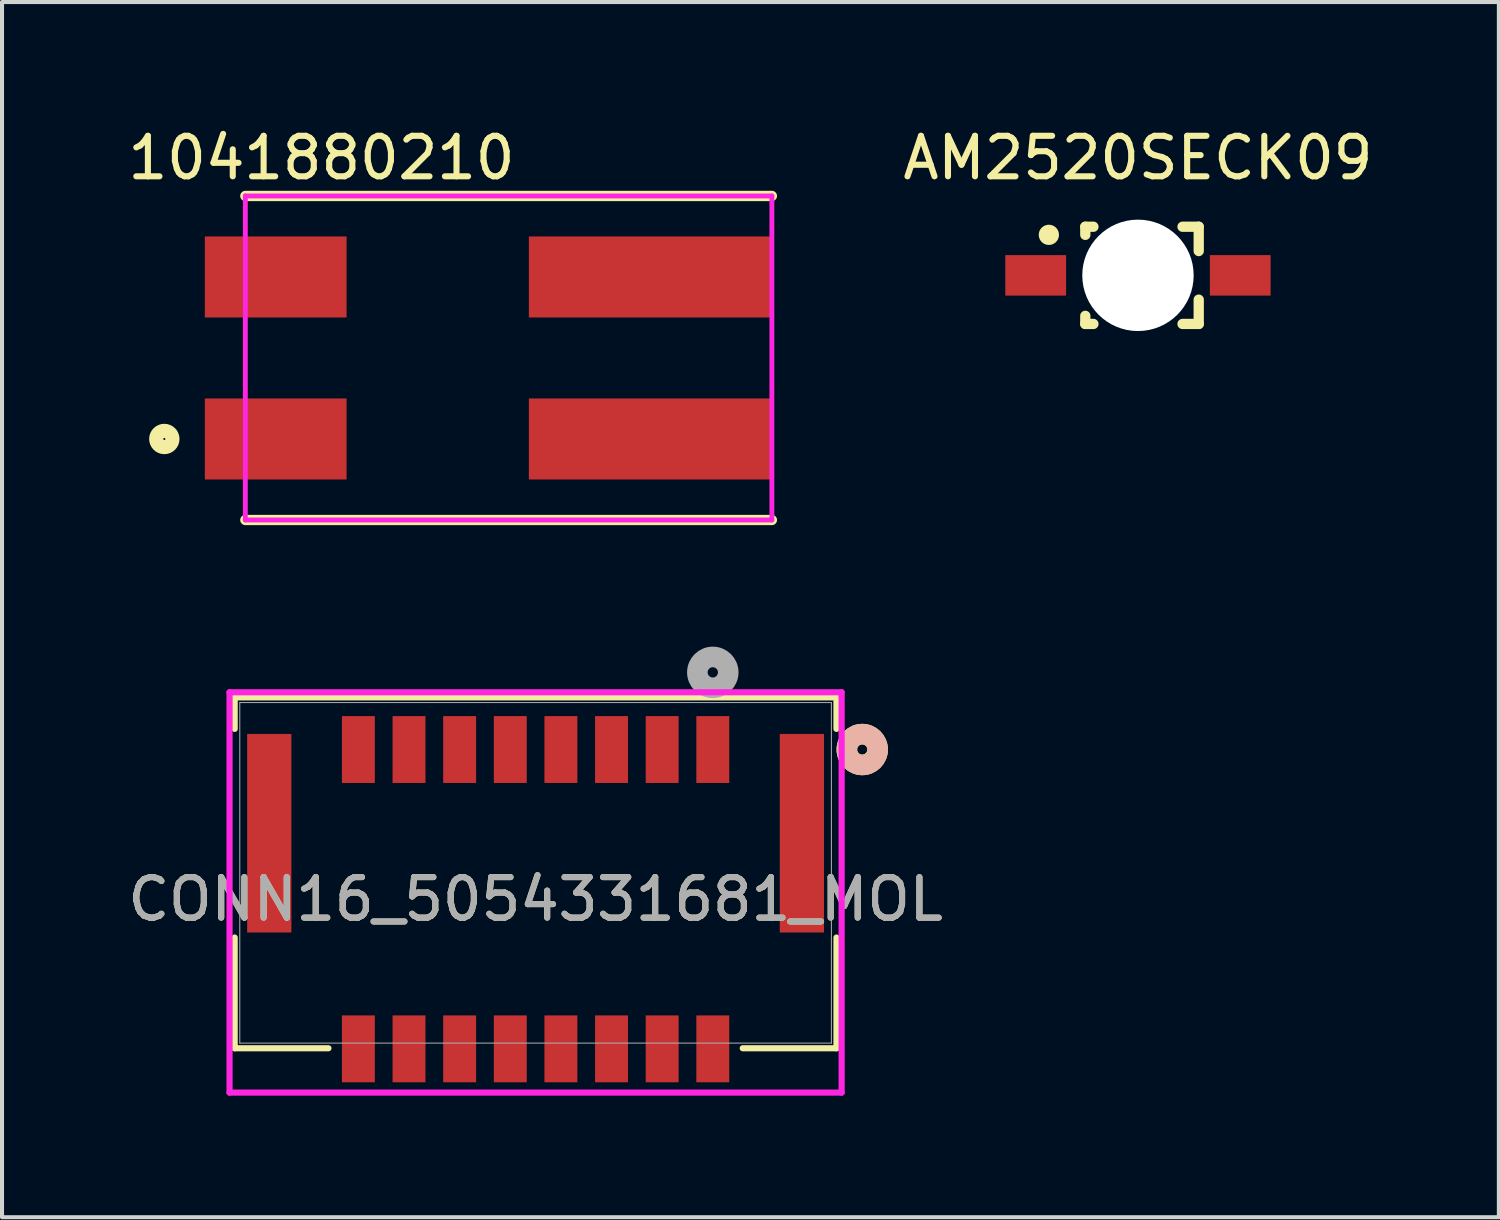
<source format=kicad_pcb>
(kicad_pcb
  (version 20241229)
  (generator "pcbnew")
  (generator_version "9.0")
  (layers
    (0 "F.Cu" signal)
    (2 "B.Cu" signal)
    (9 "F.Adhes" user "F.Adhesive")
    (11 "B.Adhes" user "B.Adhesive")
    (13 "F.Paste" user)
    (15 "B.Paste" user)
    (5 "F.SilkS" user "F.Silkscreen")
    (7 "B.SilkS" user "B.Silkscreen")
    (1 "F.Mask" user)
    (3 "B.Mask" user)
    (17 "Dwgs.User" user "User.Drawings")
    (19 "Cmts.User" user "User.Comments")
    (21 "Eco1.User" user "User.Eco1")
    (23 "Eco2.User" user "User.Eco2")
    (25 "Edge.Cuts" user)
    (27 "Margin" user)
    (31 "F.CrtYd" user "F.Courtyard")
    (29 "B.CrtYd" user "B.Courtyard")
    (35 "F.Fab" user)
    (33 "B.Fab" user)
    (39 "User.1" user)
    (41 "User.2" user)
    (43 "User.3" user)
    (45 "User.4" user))
  (footprint "1041880210"
    (layer "F.Cu")
    (at 2.007 5.788)
    (property "Reference" "1041880210" (at 2.88 -4.94 0) (layer "F.SilkS") (effects (font (size 1 1) (thickness 0.15))))
    (attr smd)
    (fp_line (start 1 4) (end 14 4) (stroke (width 0.254) (type solid)) (layer "F.SilkS"))
    (fp_line (start 14 -4) (end 1 -4) (stroke (width 0.254) (type solid)) (layer "F.SilkS"))
    (fp_circle (center -1 2) (end -0.8 2) (stroke (width 0.35) (type solid)) (fill no) (layer "F.SilkS"))
    (fp_line (start 1 -4) (end 1 4) (stroke (width 0.12) (type solid)) (layer "F.CrtYd"))
    (fp_line (start 1 4) (end 14 4) (stroke (width 0.12) (type solid)) (layer "F.CrtYd"))
    (fp_line (start 14 -4) (end 1 -4) (stroke (width 0.12) (type solid)) (layer "F.CrtYd"))
    (fp_line (start 14 4) (end 14 -4) (stroke (width 0.12) (type solid)) (layer "F.CrtYd"))
    (pad "A1" smd rect (at 1.75 2) (size 3.5 2) (layers "F.Cu" "F.Mask" "F.Paste"))
    (pad "A2" smd rect (at 11 2 180) (size 6 2) (layers "F.Cu" "F.Mask" "F.Paste"))
    (pad "B1" smd rect (at 1.75 -2 180) (size 3.5 2) (layers "F.Cu" "F.Mask" "F.Paste"))
    (pad "B2" smd rect (at 11 -2 180) (size 6 2) (layers "F.Cu" "F.Mask" "F.Paste")))
  (footprint "AM2520SECK09"
    (layer "F.Cu")
    (at 25.045 3.748)
    (property "Reference" "AM2520SECK09" (at 0 -2.9 0) (layer "F.SilkS") (effects (font (size 1 1) (thickness 0.15))))
    (attr smd)
    (fp_line (start -1.3 -1.2) (end -1.3 -1) (stroke (width 0.254) (type solid)) (layer "F.SilkS"))
    (fp_line (start -1.3 1.2) (end -1.3 1) (stroke (width 0.254) (type solid)) (layer "F.SilkS"))
    (fp_line (start -1.3 1.2) (end -1.1 1.2) (stroke (width 0.254) (type solid)) (layer "F.SilkS"))
    (fp_line (start -1.1 -1.2) (end -1.3 -1.2) (stroke (width 0.254) (type solid)) (layer "F.SilkS"))
    (fp_line (start 1.1 -1.2) (end 1.5 -1.2) (stroke (width 0.254) (type solid)) (layer "F.SilkS"))
    (fp_line (start 1.1 1.2) (end 1.5 1.2) (stroke (width 0.254) (type solid)) (layer "F.SilkS"))
    (fp_line (start 1.5 -0.6) (end 1.5 -1.2) (stroke (width 0.254) (type solid)) (layer "F.SilkS"))
    (fp_line (start 1.5 0.6) (end 1.5 1.2) (stroke (width 0.254) (type solid)) (layer "F.SilkS"))
    (fp_circle (center -2.2 -1) (end -2.075 -1) (stroke (width 0.25) (type solid)) (fill no) (layer "F.SilkS"))
    (pad "" np_thru_hole circle (at 0 0 180) (size 2.75 2.75) (drill 2.75) (layers "*.Cu" "*.Mask"))
    (pad "1" smd rect (at -2.525 0) (size 1.5 1) (layers "F.Cu" "F.Mask" "F.Paste"))
    (pad "2" smd rect (at 2.525 0 180) (size 1.5 1) (layers "F.Cu" "F.Mask" "F.Paste")))
  (footprint "CONN16_5054331681_MOL"
    (layer "F.Cu")
    (at 10.173 18.499)
    (property "Reference" "CONN16_5054331681_MOL" (at 0 0.651 0) (unlocked yes) (layer "F.SilkS") (effects (font (size 1 1) (thickness 0.15))))
    (attr smd)
    (fp_line (start -7.429 -4.331) (end -7.429 -3.554) (stroke (width 0.152) (type solid)) (layer "F.SilkS"))
    (fp_line (start -7.429 1.598) (end -7.429 4.331) (stroke (width 0.152) (type solid)) (layer "F.SilkS"))
    (fp_line (start -7.429 4.331) (end -5.114 4.331) (stroke (width 0.152) (type solid)) (layer "F.SilkS"))
    (fp_line (start 5.114 4.331) (end 7.429 4.331) (stroke (width 0.152) (type solid)) (layer "F.SilkS"))
    (fp_line (start 7.429 -4.331) (end -7.429 -4.331) (stroke (width 0.152) (type solid)) (layer "F.SilkS"))
    (fp_line (start 7.429 -3.554) (end 7.429 -4.331) (stroke (width 0.152) (type solid)) (layer "F.SilkS"))
    (fp_line (start 7.429 4.331) (end 7.429 1.598) (stroke (width 0.152) (type solid)) (layer "F.SilkS"))
    (fp_circle (center 8.065 -3.044) (end 8.445 -3.044) (stroke (width 0.508) (type solid)) (fill no) (layer "F.SilkS"))
    (fp_circle (center 8.065 -3.044) (end 8.445 -3.044) (stroke (width 0.508) (type solid)) (fill no) (layer "B.SilkS"))
    (fp_line (start -7.556 -4.458) (end -7.556 5.426) (stroke (width 0.152) (type solid)) (layer "F.CrtYd"))
    (fp_line (start -7.556 5.426) (end 7.556 5.426) (stroke (width 0.152) (type solid)) (layer "F.CrtYd"))
    (fp_line (start 7.556 -4.458) (end -7.556 -4.458) (stroke (width 0.152) (type solid)) (layer "F.CrtYd"))
    (fp_line (start 7.556 5.426) (end 7.556 -4.458) (stroke (width 0.152) (type solid)) (layer "F.CrtYd"))
    (fp_line (start -7.303 -4.204) (end -7.303 4.204) (stroke (width 0.025) (type solid)) (layer "F.Fab"))
    (fp_line (start -7.303 4.204) (end 7.303 4.204) (stroke (width 0.025) (type solid)) (layer "F.Fab"))
    (fp_line (start 7.303 -4.204) (end -7.303 -4.204) (stroke (width 0.025) (type solid)) (layer "F.Fab"))
    (fp_line (start 7.303 4.204) (end 7.303 -4.204) (stroke (width 0.025) (type solid)) (layer "F.Fab"))
    (fp_circle (center 4.375 -4.949) (end 4.756 -4.949) (stroke (width 0.508) (type solid)) (fill no) (layer "F.Fab"))
    (fp_text user "${REFERENCE}" (at 0 0.651 0) (unlocked yes) (layer "F.Fab") (effects (font (size 1 1) (thickness 0.15))))
    (pad "1" smd rect (at 4.375 -3.044) (size 0.813 1.651) (layers "F.Cu" "F.Mask" "F.Paste"))
    (pad "2" smd rect (at 4.375 4.346) (size 0.813 1.651) (layers "F.Cu" "F.Mask" "F.Paste"))
    (pad "3" smd rect (at 3.125 -3.044) (size 0.813 1.651) (layers "F.Cu" "F.Mask" "F.Paste"))
    (pad "4" smd rect (at 3.125 4.346) (size 0.813 1.651) (layers "F.Cu" "F.Mask" "F.Paste"))
    (pad "5" smd rect (at 1.875 -3.044) (size 0.813 1.651) (layers "F.Cu" "F.Mask" "F.Paste"))
    (pad "6" smd rect (at 1.875 4.346) (size 0.813 1.651) (layers "F.Cu" "F.Mask" "F.Paste"))
    (pad "7" smd rect (at 0.625 -3.044) (size 0.813 1.651) (layers "F.Cu" "F.Mask" "F.Paste"))
    (pad "8" smd rect (at 0.625 4.346) (size 0.813 1.651) (layers "F.Cu" "F.Mask" "F.Paste"))
    (pad "9" smd rect (at -0.625 -3.044) (size 0.813 1.651) (layers "F.Cu" "F.Mask" "F.Paste"))
    (pad "10" smd rect (at -0.625 4.346) (size 0.813 1.651) (layers "F.Cu" "F.Mask" "F.Paste"))
    (pad "11" smd rect (at -1.875 -3.044) (size 0.813 1.651) (layers "F.Cu" "F.Mask" "F.Paste"))
    (pad "12" smd rect (at -1.875 4.346) (size 0.813 1.651) (layers "F.Cu" "F.Mask" "F.Paste"))
    (pad "13" smd rect (at -3.125 -3.044) (size 0.813 1.651) (layers "F.Cu" "F.Mask" "F.Paste"))
    (pad "14" smd rect (at -3.125 4.346) (size 0.813 1.651) (layers "F.Cu" "F.Mask" "F.Paste"))
    (pad "15" smd rect (at -4.375 -3.044) (size 0.813 1.651) (layers "F.Cu" "F.Mask" "F.Paste"))
    (pad "16" smd rect (at -4.375 4.346) (size 0.813 1.651) (layers "F.Cu" "F.Mask" "F.Paste"))
    (pad "17" smd rect (at -6.575 -0.978) (size 1.092 4.902) (layers "F.Cu" "F.Mask" "F.Paste"))
    (pad "18" smd rect (at 6.575 -0.978) (size 1.092 4.902) (layers "F.Cu" "F.Mask" "F.Paste")))
  (gr_rect
    (start -3 -3)
    (end 33.955 27.001)
    (stroke (width 0.1) (type default))
    (fill no)
    (layer "Edge.Cuts")))
</source>
